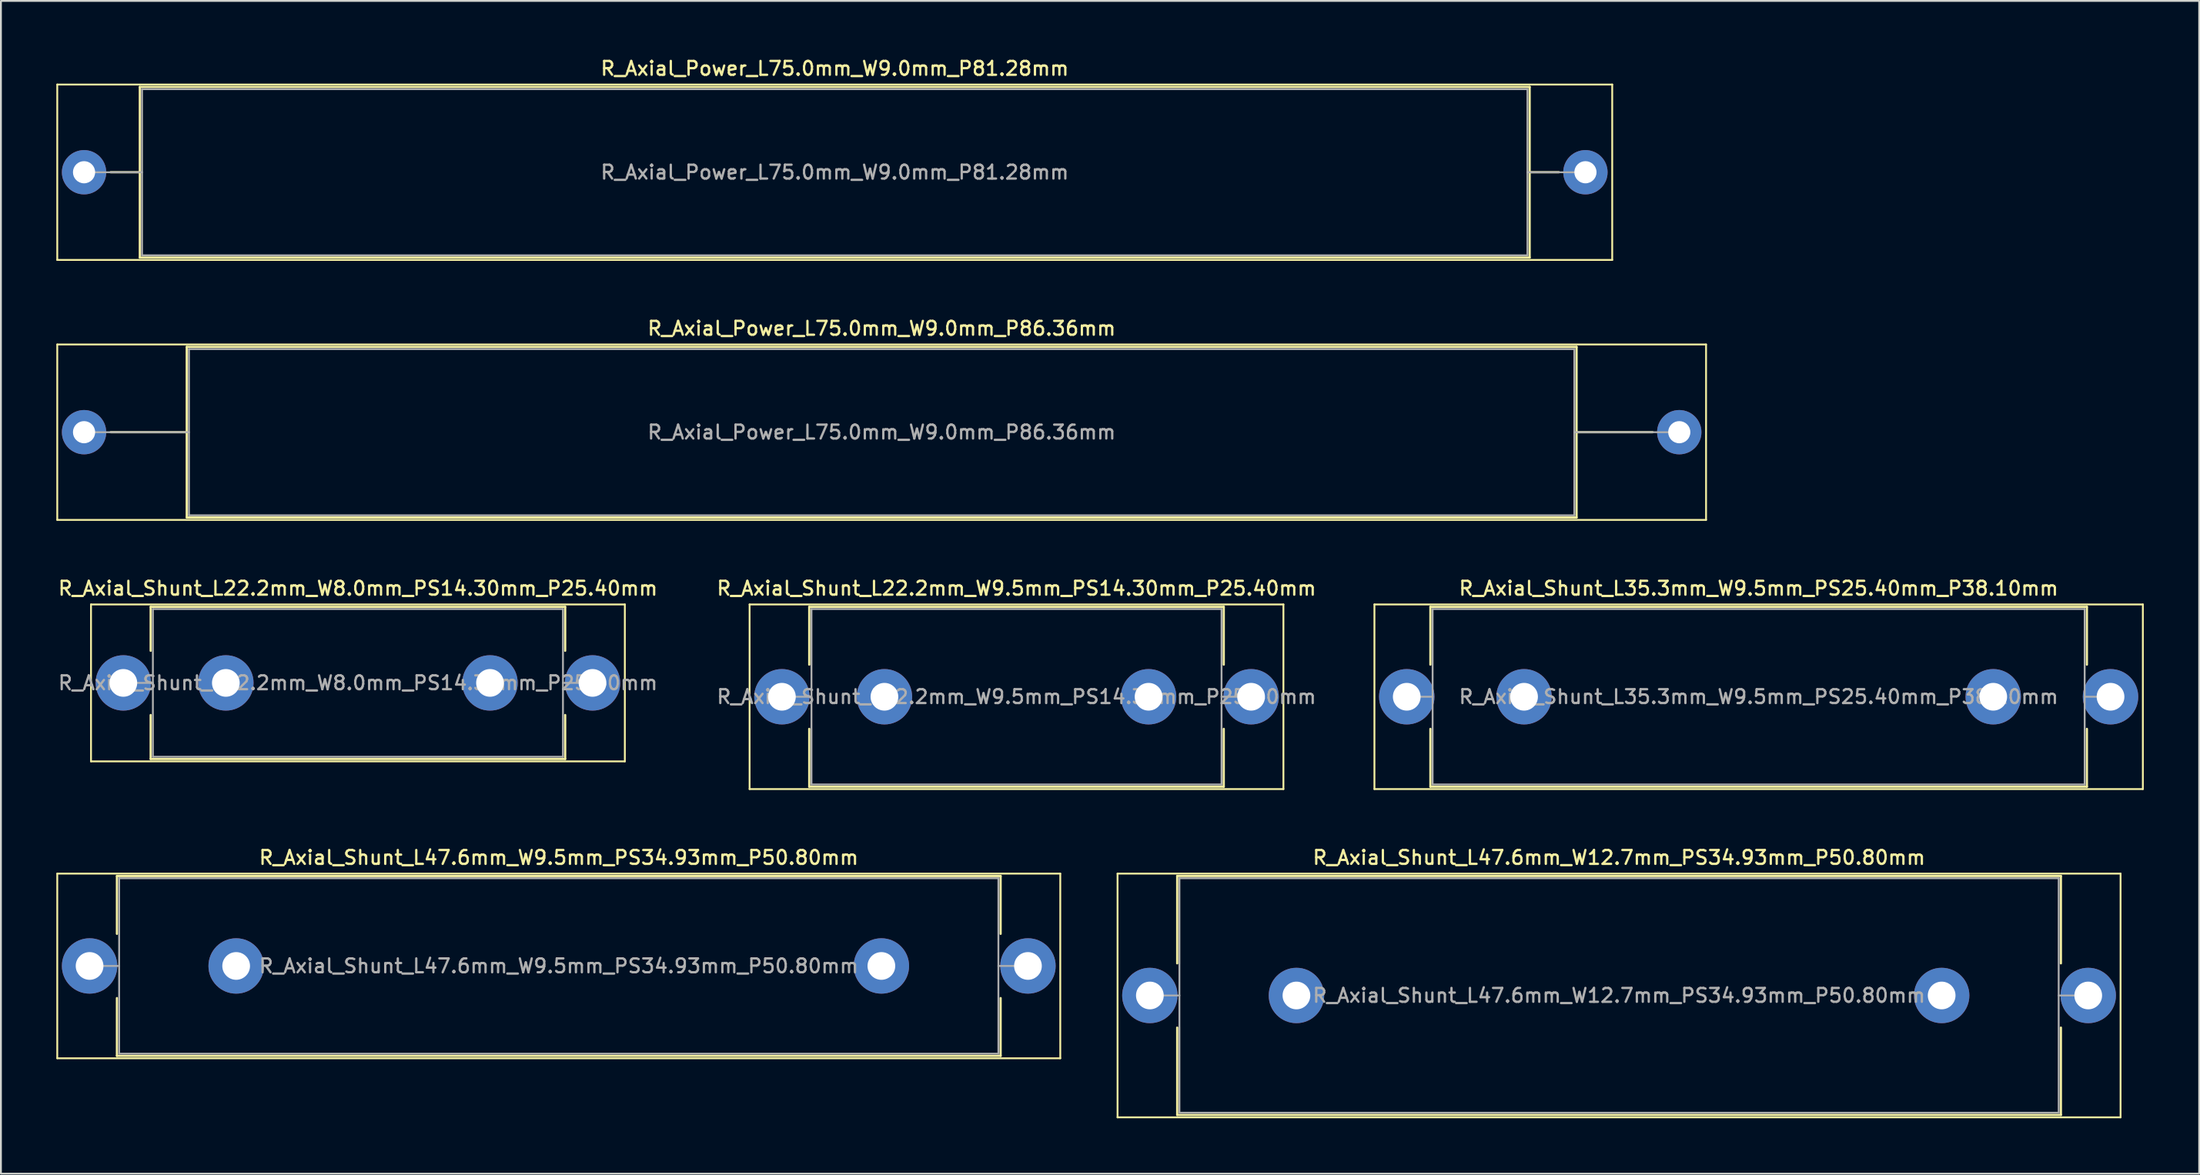
<source format=kicad_pcb>
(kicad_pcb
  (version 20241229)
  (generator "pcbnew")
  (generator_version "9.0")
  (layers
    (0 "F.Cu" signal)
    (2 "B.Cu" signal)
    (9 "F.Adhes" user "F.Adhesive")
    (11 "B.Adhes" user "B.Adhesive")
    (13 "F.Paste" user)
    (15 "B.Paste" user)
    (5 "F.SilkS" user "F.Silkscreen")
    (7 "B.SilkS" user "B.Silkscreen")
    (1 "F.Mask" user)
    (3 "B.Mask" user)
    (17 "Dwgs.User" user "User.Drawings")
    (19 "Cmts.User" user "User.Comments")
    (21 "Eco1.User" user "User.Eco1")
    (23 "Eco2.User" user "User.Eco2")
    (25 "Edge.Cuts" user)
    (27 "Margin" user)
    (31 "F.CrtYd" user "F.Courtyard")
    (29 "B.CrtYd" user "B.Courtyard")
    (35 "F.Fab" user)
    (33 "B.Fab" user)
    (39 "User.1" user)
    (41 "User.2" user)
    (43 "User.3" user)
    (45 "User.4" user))
  (footprint "R_Axial_Shunt_L47.6mm_W9.5mm_PS34.93mm_P50.80mm"
    (layer "F.Cu")
    (at 1.8 49.263)
    (property "Reference" "R_Axial_Shunt_L47.6mm_W9.5mm_PS34.93mm_P50.80mm" (at 25.4 -5.87 0) (layer "F.SilkS") (effects (font (size 0.75 0.75) (thickness 0.125))))
    (attr through_hole)
    (fp_line (start -1.75 -5) (end -1.75 5) (stroke (width 0.1) (type solid)) (layer "F.SilkS"))
    (fp_line (start -1.75 5) (end 52.55 5) (stroke (width 0.1) (type solid)) (layer "F.SilkS"))
    (fp_line (start 1.48 -4.87) (end 49.32 -4.87) (stroke (width 0.12) (type solid)) (layer "F.SilkS"))
    (fp_line (start 1.48 -1.74) (end 1.48 -4.87) (stroke (width 0.12) (type solid)) (layer "F.SilkS"))
    (fp_line (start 1.48 1.74) (end 1.48 4.87) (stroke (width 0.12) (type solid)) (layer "F.SilkS"))
    (fp_line (start 1.48 4.87) (end 49.32 4.87) (stroke (width 0.12) (type solid)) (layer "F.SilkS"))
    (fp_line (start 49.32 -4.87) (end 49.32 -1.74) (stroke (width 0.12) (type solid)) (layer "F.SilkS"))
    (fp_line (start 49.32 4.87) (end 49.32 1.74) (stroke (width 0.12) (type solid)) (layer "F.SilkS"))
    (fp_line (start 52.55 -5) (end -1.75 -5) (stroke (width 0.1) (type solid)) (layer "F.SilkS"))
    (fp_line (start 52.55 5) (end 52.55 -5) (stroke (width 0.1) (type solid)) (layer "F.SilkS"))
    (fp_line (start 0 0) (end 1.6 0) (stroke (width 0.1) (type solid)) (layer "F.Fab"))
    (fp_line (start 1.6 -4.75) (end 1.6 4.75) (stroke (width 0.1) (type solid)) (layer "F.Fab"))
    (fp_line (start 1.6 4.75) (end 49.2 4.75) (stroke (width 0.1) (type solid)) (layer "F.Fab"))
    (fp_line (start 49.2 -4.75) (end 1.6 -4.75) (stroke (width 0.1) (type solid)) (layer "F.Fab"))
    (fp_line (start 49.2 4.75) (end 49.2 -4.75) (stroke (width 0.1) (type solid)) (layer "F.Fab"))
    (fp_line (start 50.8 0) (end 49.2 0) (stroke (width 0.1) (type solid)) (layer "F.Fab"))
    (fp_text user "${REFERENCE}" (at 25.4 0 0) (layer "F.Fab") (effects (font (size 0.75 0.75) (thickness 0.125))))
    (pad "1" thru_hole circle (at 0 0) (size 3 3) (drill 1.5) (layers "*.Cu" "*.Mask"))
    (pad "2" thru_hole oval (at 7.935 0) (size 3 3) (drill 1.5) (layers "*.Cu" "*.Mask"))
    (pad "3" thru_hole oval (at 42.865 0) (size 3 3) (drill 1.5) (layers "*.Cu" "*.Mask"))
    (pad "4" thru_hole oval (at 50.8 0) (size 3 3) (drill 1.5) (layers "*.Cu" "*.Mask")))
  (footprint "R_Axial_Shunt_L47.6mm_W12.7mm_PS34.93mm_P50.80mm"
    (layer "F.Cu")
    (at 59.2 50.862)
    (property "Reference" "R_Axial_Shunt_L47.6mm_W12.7mm_PS34.93mm_P50.80mm" (at 25.4 -7.47 0) (layer "F.SilkS") (effects (font (size 0.75 0.75) (thickness 0.125))))
    (attr through_hole)
    (fp_line (start -1.75 -6.6) (end -1.75 6.6) (stroke (width 0.1) (type solid)) (layer "F.SilkS"))
    (fp_line (start -1.75 6.6) (end 52.55 6.6) (stroke (width 0.1) (type solid)) (layer "F.SilkS"))
    (fp_line (start 1.48 -6.47) (end 49.32 -6.47) (stroke (width 0.12) (type solid)) (layer "F.SilkS"))
    (fp_line (start 1.48 -1.74) (end 1.48 -6.47) (stroke (width 0.12) (type solid)) (layer "F.SilkS"))
    (fp_line (start 1.48 1.74) (end 1.48 6.47) (stroke (width 0.12) (type solid)) (layer "F.SilkS"))
    (fp_line (start 1.48 6.47) (end 49.32 6.47) (stroke (width 0.12) (type solid)) (layer "F.SilkS"))
    (fp_line (start 49.32 -6.47) (end 49.32 -1.74) (stroke (width 0.12) (type solid)) (layer "F.SilkS"))
    (fp_line (start 49.32 6.47) (end 49.32 1.74) (stroke (width 0.12) (type solid)) (layer "F.SilkS"))
    (fp_line (start 52.55 -6.6) (end -1.75 -6.6) (stroke (width 0.1) (type solid)) (layer "F.SilkS"))
    (fp_line (start 52.55 6.6) (end 52.55 -6.6) (stroke (width 0.1) (type solid)) (layer "F.SilkS"))
    (fp_line (start 0 0) (end 1.6 0) (stroke (width 0.1) (type solid)) (layer "F.Fab"))
    (fp_line (start 1.6 -6.35) (end 1.6 6.35) (stroke (width 0.1) (type solid)) (layer "F.Fab"))
    (fp_line (start 1.6 6.35) (end 49.2 6.35) (stroke (width 0.1) (type solid)) (layer "F.Fab"))
    (fp_line (start 49.2 -6.35) (end 1.6 -6.35) (stroke (width 0.1) (type solid)) (layer "F.Fab"))
    (fp_line (start 49.2 6.35) (end 49.2 -6.35) (stroke (width 0.1) (type solid)) (layer "F.Fab"))
    (fp_line (start 50.8 0) (end 49.2 0) (stroke (width 0.1) (type solid)) (layer "F.Fab"))
    (fp_text user "${REFERENCE}" (at 25.4 0 0) (layer "F.Fab") (effects (font (size 0.75 0.75) (thickness 0.125))))
    (pad "1" thru_hole circle (at 0 0) (size 3 3) (drill 1.5) (layers "*.Cu" "*.Mask"))
    (pad "2" thru_hole oval (at 7.935 0) (size 3 3) (drill 1.5) (layers "*.Cu" "*.Mask"))
    (pad "3" thru_hole oval (at 42.865 0) (size 3 3) (drill 1.5) (layers "*.Cu" "*.Mask"))
    (pad "4" thru_hole oval (at 50.8 0) (size 3 3) (drill 1.5) (layers "*.Cu" "*.Mask")))
  (footprint "R_Axial_Shunt_L22.2mm_W8.0mm_PS14.30mm_P25.40mm"
    (layer "F.Cu")
    (at 3.627 33.934)
    (property "Reference" "R_Axial_Shunt_L22.2mm_W8.0mm_PS14.30mm_P25.40mm" (at 12.7 -5.12 0) (layer "F.SilkS") (effects (font (size 0.75 0.75) (thickness 0.125))))
    (attr through_hole)
    (fp_line (start -1.75 -4.25) (end -1.75 4.25) (stroke (width 0.1) (type solid)) (layer "F.SilkS"))
    (fp_line (start -1.75 4.25) (end 27.15 4.25) (stroke (width 0.1) (type solid)) (layer "F.SilkS"))
    (fp_line (start 1.48 -4.12) (end 23.92 -4.12) (stroke (width 0.12) (type solid)) (layer "F.SilkS"))
    (fp_line (start 1.48 -1.74) (end 1.48 -4.12) (stroke (width 0.12) (type solid)) (layer "F.SilkS"))
    (fp_line (start 1.48 1.74) (end 1.48 4.12) (stroke (width 0.12) (type solid)) (layer "F.SilkS"))
    (fp_line (start 1.48 4.12) (end 23.92 4.12) (stroke (width 0.12) (type solid)) (layer "F.SilkS"))
    (fp_line (start 23.92 -4.12) (end 23.92 -1.74) (stroke (width 0.12) (type solid)) (layer "F.SilkS"))
    (fp_line (start 23.92 4.12) (end 23.92 1.74) (stroke (width 0.12) (type solid)) (layer "F.SilkS"))
    (fp_line (start 27.15 -4.25) (end -1.75 -4.25) (stroke (width 0.1) (type solid)) (layer "F.SilkS"))
    (fp_line (start 27.15 4.25) (end 27.15 -4.25) (stroke (width 0.1) (type solid)) (layer "F.SilkS"))
    (fp_line (start 0 0) (end 1.6 0) (stroke (width 0.1) (type solid)) (layer "F.Fab"))
    (fp_line (start 1.6 -4) (end 1.6 4) (stroke (width 0.1) (type solid)) (layer "F.Fab"))
    (fp_line (start 1.6 4) (end 23.8 4) (stroke (width 0.1) (type solid)) (layer "F.Fab"))
    (fp_line (start 23.8 -4) (end 1.6 -4) (stroke (width 0.1) (type solid)) (layer "F.Fab"))
    (fp_line (start 23.8 4) (end 23.8 -4) (stroke (width 0.1) (type solid)) (layer "F.Fab"))
    (fp_line (start 25.4 0) (end 23.8 0) (stroke (width 0.1) (type solid)) (layer "F.Fab"))
    (fp_text user "${REFERENCE}" (at 12.7 0 0) (layer "F.Fab") (effects (font (size 0.75 0.75) (thickness 0.125))))
    (pad "1" thru_hole circle (at 0 0) (size 3 3) (drill 1.5) (layers "*.Cu" "*.Mask"))
    (pad "2" thru_hole oval (at 5.55 0) (size 3 3) (drill 1.5) (layers "*.Cu" "*.Mask"))
    (pad "3" thru_hole oval (at 19.85 0) (size 3 3) (drill 1.5) (layers "*.Cu" "*.Mask"))
    (pad "4" thru_hole oval (at 25.4 0) (size 3 3) (drill 1.5) (layers "*.Cu" "*.Mask")))
  (footprint "R_Axial_Shunt_L35.3mm_W9.5mm_PS25.40mm_P38.10mm"
    (layer "F.Cu")
    (at 73.107 34.684)
    (property "Reference" "R_Axial_Shunt_L35.3mm_W9.5mm_PS25.40mm_P38.10mm" (at 19.05 -5.87 0) (layer "F.SilkS") (effects (font (size 0.75 0.75) (thickness 0.125))))
    (attr through_hole)
    (fp_line (start -1.75 -5) (end -1.75 5) (stroke (width 0.1) (type solid)) (layer "F.SilkS"))
    (fp_line (start -1.75 5) (end 39.85 5) (stroke (width 0.1) (type solid)) (layer "F.SilkS"))
    (fp_line (start 1.28 -4.87) (end 36.82 -4.87) (stroke (width 0.12) (type solid)) (layer "F.SilkS"))
    (fp_line (start 1.28 -1.74) (end 1.28 -4.87) (stroke (width 0.12) (type solid)) (layer "F.SilkS"))
    (fp_line (start 1.28 1.74) (end 1.28 4.87) (stroke (width 0.12) (type solid)) (layer "F.SilkS"))
    (fp_line (start 1.28 4.87) (end 36.82 4.87) (stroke (width 0.12) (type solid)) (layer "F.SilkS"))
    (fp_line (start 36.82 -4.87) (end 36.82 -1.74) (stroke (width 0.12) (type solid)) (layer "F.SilkS"))
    (fp_line (start 36.82 4.87) (end 36.82 1.74) (stroke (width 0.12) (type solid)) (layer "F.SilkS"))
    (fp_line (start 39.85 -5) (end -1.75 -5) (stroke (width 0.1) (type solid)) (layer "F.SilkS"))
    (fp_line (start 39.85 5) (end 39.85 -5) (stroke (width 0.1) (type solid)) (layer "F.SilkS"))
    (fp_line (start 0 0) (end 1.4 0) (stroke (width 0.1) (type solid)) (layer "F.Fab"))
    (fp_line (start 1.4 -4.75) (end 1.4 4.75) (stroke (width 0.1) (type solid)) (layer "F.Fab"))
    (fp_line (start 1.4 4.75) (end 36.7 4.75) (stroke (width 0.1) (type solid)) (layer "F.Fab"))
    (fp_line (start 36.7 -4.75) (end 1.4 -4.75) (stroke (width 0.1) (type solid)) (layer "F.Fab"))
    (fp_line (start 36.7 4.75) (end 36.7 -4.75) (stroke (width 0.1) (type solid)) (layer "F.Fab"))
    (fp_line (start 38.1 0) (end 36.7 0) (stroke (width 0.1) (type solid)) (layer "F.Fab"))
    (fp_text user "${REFERENCE}" (at 19.05 0 0) (layer "F.Fab") (effects (font (size 0.75 0.75) (thickness 0.125))))
    (pad "1" thru_hole circle (at 0 0) (size 3 3) (drill 1.5) (layers "*.Cu" "*.Mask"))
    (pad "2" thru_hole oval (at 6.35 0) (size 3 3) (drill 1.5) (layers "*.Cu" "*.Mask"))
    (pad "3" thru_hole oval (at 31.75 0) (size 3 3) (drill 1.5) (layers "*.Cu" "*.Mask"))
    (pad "4" thru_hole oval (at 38.1 0) (size 3 3) (drill 1.5) (layers "*.Cu" "*.Mask")))
  (footprint "R_Axial_Power_L75.0mm_W9.0mm_P81.28mm"
    (layer "F.Cu")
    (at 1.5 6.278)
    (property "Reference" "R_Axial_Power_L75.0mm_W9.0mm_P81.28mm" (at 40.64 -5.62 0) (layer "F.SilkS") (effects (font (size 0.75 0.75) (thickness 0.125))))
    (attr through_hole)
    (fp_line (start -1.45 -4.75) (end -1.45 4.75) (stroke (width 0.1) (type solid)) (layer "F.SilkS"))
    (fp_line (start -1.45 4.75) (end 82.73 4.75) (stroke (width 0.1) (type solid)) (layer "F.SilkS"))
    (fp_line (start 1.44 0) (end 3.02 0) (stroke (width 0.12) (type solid)) (layer "F.SilkS"))
    (fp_line (start 3.02 -4.62) (end 3.02 4.62) (stroke (width 0.12) (type solid)) (layer "F.SilkS"))
    (fp_line (start 3.02 4.62) (end 78.26 4.62) (stroke (width 0.12) (type solid)) (layer "F.SilkS"))
    (fp_line (start 78.26 -4.62) (end 3.02 -4.62) (stroke (width 0.12) (type solid)) (layer "F.SilkS"))
    (fp_line (start 78.26 4.62) (end 78.26 -4.62) (stroke (width 0.12) (type solid)) (layer "F.SilkS"))
    (fp_line (start 79.84 0) (end 78.26 0) (stroke (width 0.12) (type solid)) (layer "F.SilkS"))
    (fp_line (start 82.73 -4.75) (end -1.45 -4.75) (stroke (width 0.1) (type solid)) (layer "F.SilkS"))
    (fp_line (start 82.73 4.75) (end 82.73 -4.75) (stroke (width 0.1) (type solid)) (layer "F.SilkS"))
    (fp_line (start 0 0) (end 3.14 0) (stroke (width 0.1) (type solid)) (layer "F.Fab"))
    (fp_line (start 3.14 -4.5) (end 3.14 4.5) (stroke (width 0.1) (type solid)) (layer "F.Fab"))
    (fp_line (start 3.14 4.5) (end 78.14 4.5) (stroke (width 0.1) (type solid)) (layer "F.Fab"))
    (fp_line (start 78.14 -4.5) (end 3.14 -4.5) (stroke (width 0.1) (type solid)) (layer "F.Fab"))
    (fp_line (start 78.14 4.5) (end 78.14 -4.5) (stroke (width 0.1) (type solid)) (layer "F.Fab"))
    (fp_line (start 81.28 0) (end 78.14 0) (stroke (width 0.1) (type solid)) (layer "F.Fab"))
    (fp_text user "${REFERENCE}" (at 40.64 0 0) (layer "F.Fab") (effects (font (size 0.75 0.75) (thickness 0.125))))
    (pad "1" thru_hole circle (at 0 0) (size 2.4 2.4) (drill 1.2) (layers "*.Cu" "*.Mask"))
    (pad "2" thru_hole oval (at 81.28 0) (size 2.4 2.4) (drill 1.2) (layers "*.Cu" "*.Mask")))
  (footprint "R_Axial_Shunt_L22.2mm_W9.5mm_PS14.30mm_P25.40mm"
    (layer "F.Cu")
    (at 39.28 34.684)
    (property "Reference" "R_Axial_Shunt_L22.2mm_W9.5mm_PS14.30mm_P25.40mm" (at 12.7 -5.87 0) (layer "F.SilkS") (effects (font (size 0.75 0.75) (thickness 0.125))))
    (attr through_hole)
    (fp_line (start -1.75 -5) (end -1.75 5) (stroke (width 0.1) (type solid)) (layer "F.SilkS"))
    (fp_line (start -1.75 5) (end 27.15 5) (stroke (width 0.1) (type solid)) (layer "F.SilkS"))
    (fp_line (start 1.48 -4.87) (end 23.92 -4.87) (stroke (width 0.12) (type solid)) (layer "F.SilkS"))
    (fp_line (start 1.48 -1.74) (end 1.48 -4.87) (stroke (width 0.12) (type solid)) (layer "F.SilkS"))
    (fp_line (start 1.48 1.74) (end 1.48 4.87) (stroke (width 0.12) (type solid)) (layer "F.SilkS"))
    (fp_line (start 1.48 4.87) (end 23.92 4.87) (stroke (width 0.12) (type solid)) (layer "F.SilkS"))
    (fp_line (start 23.92 -4.87) (end 23.92 -1.74) (stroke (width 0.12) (type solid)) (layer "F.SilkS"))
    (fp_line (start 23.92 4.87) (end 23.92 1.74) (stroke (width 0.12) (type solid)) (layer "F.SilkS"))
    (fp_line (start 27.15 -5) (end -1.75 -5) (stroke (width 0.1) (type solid)) (layer "F.SilkS"))
    (fp_line (start 27.15 5) (end 27.15 -5) (stroke (width 0.1) (type solid)) (layer "F.SilkS"))
    (fp_line (start 0 0) (end 1.6 0) (stroke (width 0.1) (type solid)) (layer "F.Fab"))
    (fp_line (start 1.6 -4.75) (end 1.6 4.75) (stroke (width 0.1) (type solid)) (layer "F.Fab"))
    (fp_line (start 1.6 4.75) (end 23.8 4.75) (stroke (width 0.1) (type solid)) (layer "F.Fab"))
    (fp_line (start 23.8 -4.75) (end 1.6 -4.75) (stroke (width 0.1) (type solid)) (layer "F.Fab"))
    (fp_line (start 23.8 4.75) (end 23.8 -4.75) (stroke (width 0.1) (type solid)) (layer "F.Fab"))
    (fp_line (start 25.4 0) (end 23.8 0) (stroke (width 0.1) (type solid)) (layer "F.Fab"))
    (fp_text user "${REFERENCE}" (at 12.7 0 0) (layer "F.Fab") (effects (font (size 0.75 0.75) (thickness 0.125))))
    (pad "1" thru_hole circle (at 0 0) (size 3 3) (drill 1.5) (layers "*.Cu" "*.Mask"))
    (pad "2" thru_hole oval (at 5.55 0) (size 3 3) (drill 1.5) (layers "*.Cu" "*.Mask"))
    (pad "3" thru_hole oval (at 19.85 0) (size 3 3) (drill 1.5) (layers "*.Cu" "*.Mask"))
    (pad "4" thru_hole oval (at 25.4 0) (size 3 3) (drill 1.5) (layers "*.Cu" "*.Mask")))
  (footprint "R_Axial_Power_L75.0mm_W9.0mm_P86.36mm"
    (layer "F.Cu")
    (at 1.5 20.356)
    (property "Reference" "R_Axial_Power_L75.0mm_W9.0mm_P86.36mm" (at 43.18 -5.62 0) (layer "F.SilkS") (effects (font (size 0.75 0.75) (thickness 0.125))))
    (attr through_hole)
    (fp_line (start -1.45 -4.75) (end -1.45 4.75) (stroke (width 0.1) (type solid)) (layer "F.SilkS"))
    (fp_line (start -1.45 4.75) (end 87.81 4.75) (stroke (width 0.1) (type solid)) (layer "F.SilkS"))
    (fp_line (start 1.44 0) (end 5.56 0) (stroke (width 0.12) (type solid)) (layer "F.SilkS"))
    (fp_line (start 5.56 -4.62) (end 5.56 4.62) (stroke (width 0.12) (type solid)) (layer "F.SilkS"))
    (fp_line (start 5.56 4.62) (end 80.8 4.62) (stroke (width 0.12) (type solid)) (layer "F.SilkS"))
    (fp_line (start 80.8 -4.62) (end 5.56 -4.62) (stroke (width 0.12) (type solid)) (layer "F.SilkS"))
    (fp_line (start 80.8 4.62) (end 80.8 -4.62) (stroke (width 0.12) (type solid)) (layer "F.SilkS"))
    (fp_line (start 84.92 0) (end 80.8 0) (stroke (width 0.12) (type solid)) (layer "F.SilkS"))
    (fp_line (start 87.81 -4.75) (end -1.45 -4.75) (stroke (width 0.1) (type solid)) (layer "F.SilkS"))
    (fp_line (start 87.81 4.75) (end 87.81 -4.75) (stroke (width 0.1) (type solid)) (layer "F.SilkS"))
    (fp_line (start 0 0) (end 5.68 0) (stroke (width 0.1) (type solid)) (layer "F.Fab"))
    (fp_line (start 5.68 -4.5) (end 5.68 4.5) (stroke (width 0.1) (type solid)) (layer "F.Fab"))
    (fp_line (start 5.68 4.5) (end 80.68 4.5) (stroke (width 0.1) (type solid)) (layer "F.Fab"))
    (fp_line (start 80.68 -4.5) (end 5.68 -4.5) (stroke (width 0.1) (type solid)) (layer "F.Fab"))
    (fp_line (start 80.68 4.5) (end 80.68 -4.5) (stroke (width 0.1) (type solid)) (layer "F.Fab"))
    (fp_line (start 86.36 0) (end 80.68 0) (stroke (width 0.1) (type solid)) (layer "F.Fab"))
    (fp_text user "${REFERENCE}" (at 43.18 0 0) (layer "F.Fab") (effects (font (size 0.75 0.75) (thickness 0.125))))
    (pad "1" thru_hole circle (at 0 0) (size 2.4 2.4) (drill 1.2) (layers "*.Cu" "*.Mask"))
    (pad "2" thru_hole oval (at 86.36 0) (size 2.4 2.4) (drill 1.2) (layers "*.Cu" "*.Mask")))
  (gr_rect
    (start -3 -3)
    (end 116.007 60.513)
    (stroke (width 0.1) (type default))
    (fill no)
    (layer "Edge.Cuts")))
</source>
